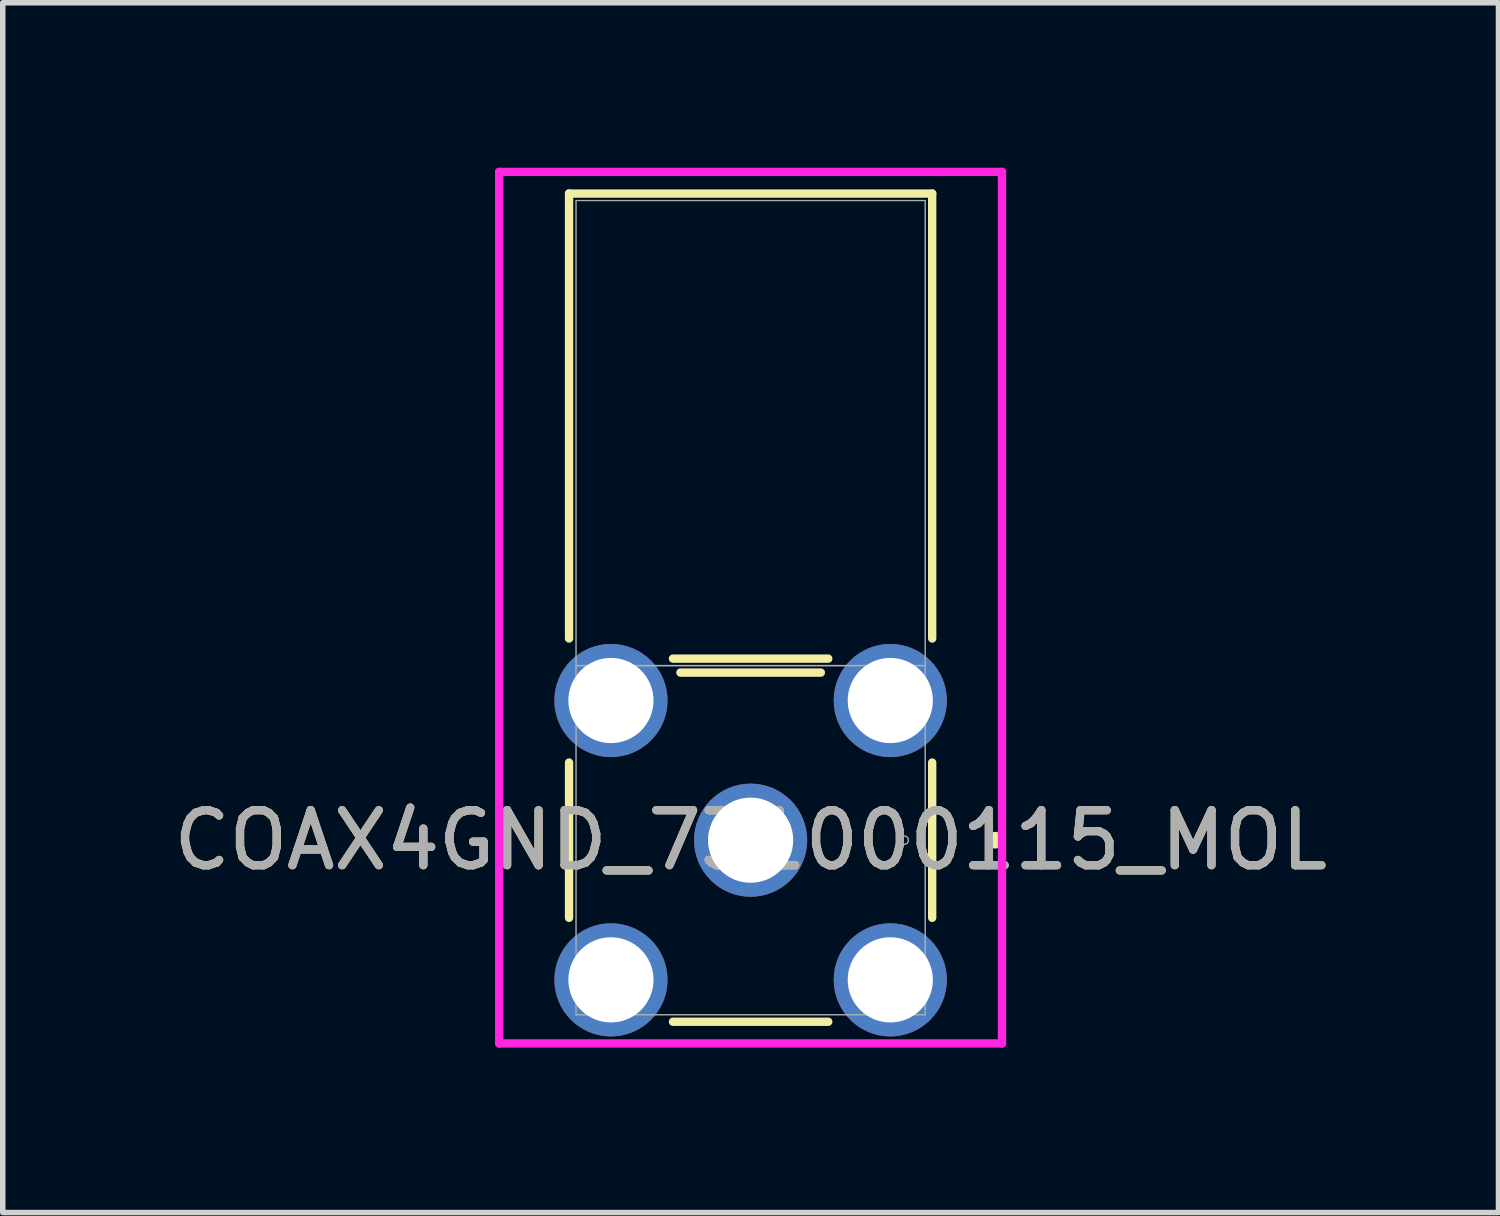
<source format=kicad_pcb>
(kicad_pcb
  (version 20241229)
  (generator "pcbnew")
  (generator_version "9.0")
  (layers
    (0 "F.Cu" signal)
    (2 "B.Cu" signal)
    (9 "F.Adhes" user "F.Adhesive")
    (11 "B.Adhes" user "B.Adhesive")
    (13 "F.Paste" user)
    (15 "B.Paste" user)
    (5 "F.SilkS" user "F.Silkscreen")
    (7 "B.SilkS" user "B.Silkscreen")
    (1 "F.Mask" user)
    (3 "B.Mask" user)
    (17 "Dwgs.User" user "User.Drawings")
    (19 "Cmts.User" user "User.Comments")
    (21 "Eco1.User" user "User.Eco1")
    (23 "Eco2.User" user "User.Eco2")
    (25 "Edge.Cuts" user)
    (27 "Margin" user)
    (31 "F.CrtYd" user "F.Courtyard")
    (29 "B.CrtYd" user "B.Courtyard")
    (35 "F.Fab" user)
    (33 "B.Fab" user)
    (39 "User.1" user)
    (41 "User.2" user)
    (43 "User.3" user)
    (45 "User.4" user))
  (footprint "COAX4GND_731000115_MOL"
    (layer "F.Cu")
    (at 10.601 12.23)
    (property "Reference" "COAX4GND_731000115_MOL" (at 0 0 0) (unlocked yes) (layer "F.SilkS") (effects (font (size 1 1) (thickness 0.15))))
    (attr through_hole)
    (fp_line (start -3.302 -11.76) (end -3.302 -3.668) (stroke (width 0.152) (type solid)) (layer "F.SilkS"))
    (fp_line (start -3.302 -1.412) (end -3.302 1.412) (stroke (width 0.152) (type solid)) (layer "F.SilkS"))
    (fp_line (start -1.412 3.302) (end 1.412 3.302) (stroke (width 0.152) (type solid)) (layer "F.SilkS"))
    (fp_line (start -1.277 -3.048) (end 1.277 -3.048) (stroke (width 0.152) (type solid)) (layer "F.SilkS"))
    (fp_line (start 1.412 -3.302) (end -1.412 -3.302) (stroke (width 0.152) (type solid)) (layer "F.SilkS"))
    (fp_line (start 3.302 -11.76) (end -3.302 -11.76) (stroke (width 0.152) (type solid)) (layer "F.SilkS"))
    (fp_line (start 3.302 -3.668) (end 3.302 -11.76) (stroke (width 0.152) (type solid)) (layer "F.SilkS"))
    (fp_line (start 3.302 1.412) (end 3.302 -1.412) (stroke (width 0.152) (type solid)) (layer "F.SilkS"))
    (fp_circle (center 4.445 0) (end 4.521 0) (stroke (width 0.152) (type solid)) (fill no) (layer "F.SilkS"))
    (fp_line (start -4.572 -12.154) (end 4.572 -12.154) (stroke (width 0.152) (type solid)) (layer "F.CrtYd"))
    (fp_line (start -4.572 3.696) (end -4.572 -12.154) (stroke (width 0.152) (type solid)) (layer "F.CrtYd"))
    (fp_line (start 4.572 -12.154) (end 4.572 3.696) (stroke (width 0.152) (type solid)) (layer "F.CrtYd"))
    (fp_line (start 4.572 3.696) (end -4.572 3.696) (stroke (width 0.152) (type solid)) (layer "F.CrtYd"))
    (fp_line (start -3.175 -11.633) (end -3.175 -3.175) (stroke (width 0.025) (type solid)) (layer "F.Fab"))
    (fp_line (start -3.175 -3.175) (end -3.175 3.175) (stroke (width 0.025) (type solid)) (layer "F.Fab"))
    (fp_line (start -3.175 -3.175) (end 3.175 -3.175) (stroke (width 0.025) (type solid)) (layer "F.Fab"))
    (fp_line (start -3.175 3.175) (end 3.175 3.175) (stroke (width 0.025) (type solid)) (layer "F.Fab"))
    (fp_line (start 3.175 -11.633) (end -3.175 -11.633) (stroke (width 0.025) (type solid)) (layer "F.Fab"))
    (fp_line (start 3.175 -3.175) (end -3.175 -3.175) (stroke (width 0.025) (type solid)) (layer "F.Fab"))
    (fp_line (start 3.175 -3.175) (end 3.175 -11.633) (stroke (width 0.025) (type solid)) (layer "F.Fab"))
    (fp_line (start 3.175 3.175) (end 3.175 -3.175) (stroke (width 0.025) (type solid)) (layer "F.Fab"))
    (fp_circle (center 2.794 0) (end 2.87 0) (stroke (width 0.025) (type solid)) (fill no) (layer "F.Fab"))
    (fp_text user "${REFERENCE}" (at 0 0 0) (unlocked yes) (layer "F.Fab") (effects (font (size 1 1) (thickness 0.15))))
    (pad "1" thru_hole circle (at 0 0) (size 2.057 2.057) (drill 1.549) (layers "*.Cu" "*.Mask"))
    (pad "2" thru_hole circle (at -2.54 -2.54) (size 2.057 2.057) (drill 1.549) (layers "*.Cu" "*.Mask"))
    (pad "3" thru_hole circle (at -2.54 2.54) (size 2.057 2.057) (drill 1.549) (layers "*.Cu" "*.Mask"))
    (pad "4" thru_hole circle (at 2.54 2.54) (size 2.057 2.057) (drill 1.549) (layers "*.Cu" "*.Mask"))
    (pad "5" thru_hole circle (at 2.54 -2.54) (size 2.057 2.057) (drill 1.549) (layers "*.Cu" "*.Mask")))
  (gr_rect
    (start -3 -3)
    (end 24.202 19.002)
    (stroke (width 0.1) (type default))
    (fill no)
    (layer "Edge.Cuts")))
</source>
